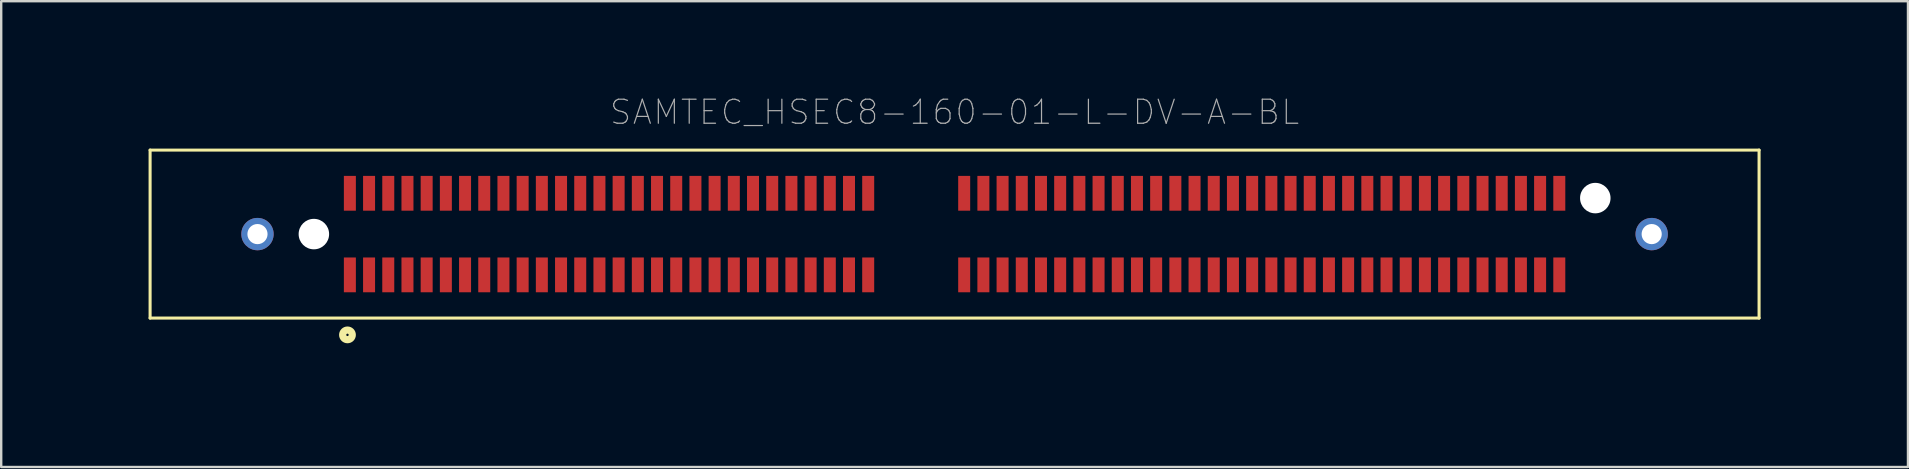
<source format=kicad_pcb>
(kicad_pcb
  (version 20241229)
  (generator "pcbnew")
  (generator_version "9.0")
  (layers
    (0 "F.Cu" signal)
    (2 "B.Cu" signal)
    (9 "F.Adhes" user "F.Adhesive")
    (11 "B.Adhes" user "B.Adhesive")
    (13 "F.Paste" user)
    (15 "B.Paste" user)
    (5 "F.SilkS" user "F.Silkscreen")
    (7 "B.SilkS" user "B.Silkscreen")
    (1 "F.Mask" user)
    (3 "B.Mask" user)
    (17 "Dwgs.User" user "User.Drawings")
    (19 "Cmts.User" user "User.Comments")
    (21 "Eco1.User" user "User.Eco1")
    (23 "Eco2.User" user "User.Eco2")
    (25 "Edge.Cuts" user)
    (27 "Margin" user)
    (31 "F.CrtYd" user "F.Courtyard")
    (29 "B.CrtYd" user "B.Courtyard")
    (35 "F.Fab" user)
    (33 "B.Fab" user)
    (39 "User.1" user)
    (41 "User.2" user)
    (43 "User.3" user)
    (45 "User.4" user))
  (footprint "SAMTEC_HSEC8-160-01-L-DV-A-BL"
    (layer "F.Cu")
    (at 36.73 6.705)
    (property "Reference" "SAMTEC_HSEC8-160-01-L-DV-A-BL" (at 0 -5.08 0) (layer "F.Fab") (effects (font (size 1.001 1.001) (thickness 0.05))))
    (attr smd)
    (fp_line (start -33.525 -3.5) (end -33.525 3.5) (stroke (width 0.127) (type solid)) (layer "F.SilkS"))
    (fp_line (start -33.525 3.5) (end 33.525 3.5) (stroke (width 0.127) (type solid)) (layer "F.SilkS"))
    (fp_line (start 33.525 -3.5) (end -33.525 -3.5) (stroke (width 0.127) (type solid)) (layer "F.SilkS"))
    (fp_line (start 33.525 3.5) (end 33.525 -3.5) (stroke (width 0.127) (type solid)) (layer "F.SilkS"))
    (fp_circle (center -25.3 4.2) (end -25.1 4.2) (stroke (width 0.3) (type solid)) (fill no) (layer "F.SilkS"))
    (fp_poly (pts (xy -30.32 0) (xy -30.32 -0.033) (xy -30.317 -0.1) (xy -30.31 -0.166) (xy -30.299 -0.232) (xy -30.285 -0.297) (xy -30.268 -0.361) (xy -30.248 -0.424) (xy -30.224 -0.486) (xy -30.197 -0.547) (xy -30.166 -0.606) (xy -30.133 -0.664) (xy -30.097 -0.72) (xy -30.058 -0.773) (xy -30.016 -0.825) (xy -29.971 -0.875) (xy -29.924 -0.922) (xy -29.875 -0.966) (xy -29.823 -1.008) (xy -29.77 -1.047) (xy -29.714 -1.083) (xy -29.656 -1.116) (xy -29.597 -1.147) (xy -29.536 -1.174) (xy -29.474 -1.198) (xy -29.411 -1.218) (xy -29.347 -1.235) (xy -29.282 -1.249) (xy -29.216 -1.26) (xy -29.15 -1.267) (xy -29.083 -1.27) (xy -29.05 -1.27) (xy -29.017 -1.27) (xy -28.95 -1.267) (xy -28.884 -1.26) (xy -28.819 -1.249) (xy -28.753 -1.235) (xy -28.689 -1.218) (xy -28.626 -1.198) (xy -28.564 -1.174) (xy -28.503 -1.147) (xy -28.444 -1.116) (xy -28.386 -1.083) (xy -28.33 -1.047) (xy -28.277 -1.008) (xy -28.225 -0.966) (xy -28.175 -0.922) (xy -28.128 -0.875) (xy -28.084 -0.825) (xy -28.042 -0.773) (xy -28.003 -0.72) (xy -27.967 -0.664) (xy -27.933 -0.606) (xy -27.903 -0.547) (xy -27.876 -0.486) (xy -27.852 -0.424) (xy -27.832 -0.361) (xy -27.815 -0.297) (xy -27.801 -0.232) (xy -27.79 -0.166) (xy -27.784 -0.1) (xy -27.78 -0.033) (xy -27.78 0) (xy -27.78 0.033) (xy -27.784 0.1) (xy -27.79 0.166) (xy -27.801 0.232) (xy -27.815 0.297) (xy -27.832 0.361) (xy -27.852 0.424) (xy -27.876 0.486) (xy -27.903 0.547) (xy -27.933 0.606) (xy -27.967 0.664) (xy -28.003 0.72) (xy -28.042 0.773) (xy -28.084 0.825) (xy -28.128 0.875) (xy -28.175 0.922) (xy -28.225 0.966) (xy -28.277 1.008) (xy -28.33 1.047) (xy -28.386 1.083) (xy -28.444 1.116) (xy -28.503 1.147) (xy -28.564 1.174) (xy -28.626 1.198) (xy -28.689 1.218) (xy -28.753 1.235) (xy -28.819 1.249) (xy -28.884 1.26) (xy -28.95 1.267) (xy -29.017 1.27) (xy -29.05 1.27) (xy -29.083 1.27) (xy -29.15 1.267) (xy -29.216 1.26) (xy -29.282 1.249) (xy -29.347 1.235) (xy -29.411 1.218) (xy -29.474 1.198) (xy -29.536 1.174) (xy -29.597 1.147) (xy -29.656 1.116) (xy -29.714 1.083) (xy -29.77 1.047) (xy -29.823 1.008) (xy -29.875 0.966) (xy -29.924 0.922) (xy -29.971 0.875) (xy -30.016 0.825) (xy -30.058 0.773) (xy -30.097 0.72) (xy -30.133 0.664) (xy -30.166 0.606) (xy -30.197 0.547) (xy -30.224 0.486) (xy -30.248 0.424) (xy -30.268 0.361) (xy -30.285 0.297) (xy -30.299 0.232) (xy -30.31 0.166) (xy -30.317 0.1) (xy -30.32 0.033)) (stroke (width 0.001) (type solid)) (fill yes) (layer "F.Paste"))
    (fp_poly (pts (xy 27.78 0) (xy 27.78 -0.033) (xy 27.784 -0.1) (xy 27.79 -0.166) (xy 27.801 -0.232) (xy 27.815 -0.297) (xy 27.832 -0.361) (xy 27.852 -0.424) (xy 27.876 -0.486) (xy 27.903 -0.547) (xy 27.933 -0.606) (xy 27.967 -0.664) (xy 28.003 -0.72) (xy 28.042 -0.773) (xy 28.084 -0.825) (xy 28.128 -0.875) (xy 28.175 -0.922) (xy 28.225 -0.966) (xy 28.277 -1.008) (xy 28.33 -1.047) (xy 28.386 -1.083) (xy 28.444 -1.116) (xy 28.503 -1.147) (xy 28.564 -1.174) (xy 28.626 -1.198) (xy 28.689 -1.218) (xy 28.753 -1.235) (xy 28.819 -1.249) (xy 28.884 -1.26) (xy 28.95 -1.267) (xy 29.017 -1.27) (xy 29.05 -1.27) (xy 29.083 -1.27) (xy 29.15 -1.267) (xy 29.216 -1.26) (xy 29.282 -1.249) (xy 29.347 -1.235) (xy 29.411 -1.218) (xy 29.474 -1.198) (xy 29.536 -1.174) (xy 29.597 -1.147) (xy 29.656 -1.116) (xy 29.714 -1.083) (xy 29.77 -1.047) (xy 29.823 -1.008) (xy 29.875 -0.966) (xy 29.924 -0.922) (xy 29.971 -0.875) (xy 30.016 -0.825) (xy 30.058 -0.773) (xy 30.097 -0.72) (xy 30.133 -0.664) (xy 30.166 -0.606) (xy 30.197 -0.547) (xy 30.224 -0.486) (xy 30.248 -0.424) (xy 30.268 -0.361) (xy 30.285 -0.297) (xy 30.299 -0.232) (xy 30.31 -0.166) (xy 30.317 -0.1) (xy 30.32 -0.033) (xy 30.32 0) (xy 30.32 0.033) (xy 30.317 0.1) (xy 30.31 0.166) (xy 30.299 0.232) (xy 30.285 0.297) (xy 30.268 0.361) (xy 30.248 0.424) (xy 30.224 0.486) (xy 30.197 0.547) (xy 30.166 0.606) (xy 30.133 0.664) (xy 30.097 0.72) (xy 30.058 0.773) (xy 30.016 0.825) (xy 29.971 0.875) (xy 29.924 0.922) (xy 29.875 0.966) (xy 29.823 1.008) (xy 29.77 1.047) (xy 29.714 1.083) (xy 29.656 1.116) (xy 29.597 1.147) (xy 29.536 1.174) (xy 29.474 1.198) (xy 29.411 1.218) (xy 29.347 1.235) (xy 29.282 1.249) (xy 29.216 1.26) (xy 29.15 1.267) (xy 29.083 1.27) (xy 29.05 1.27) (xy 29.017 1.27) (xy 28.95 1.267) (xy 28.884 1.26) (xy 28.819 1.249) (xy 28.753 1.235) (xy 28.689 1.218) (xy 28.626 1.198) (xy 28.564 1.174) (xy 28.503 1.147) (xy 28.444 1.116) (xy 28.386 1.083) (xy 28.33 1.047) (xy 28.277 1.008) (xy 28.225 0.966) (xy 28.175 0.922) (xy 28.128 0.875) (xy 28.084 0.825) (xy 28.042 0.773) (xy 28.003 0.72) (xy 27.967 0.664) (xy 27.933 0.606) (xy 27.903 0.547) (xy 27.876 0.486) (xy 27.852 0.424) (xy 27.832 0.361) (xy 27.815 0.297) (xy 27.801 0.232) (xy 27.79 0.166) (xy 27.784 0.1) (xy 27.78 0.033)) (stroke (width 0.001) (type solid)) (fill yes) (layer "F.Paste"))
    (fp_line (start -36.705 -6.68) (end -36.705 6.68) (stroke (width 0.05) (type solid)) (layer "Eco1.User"))
    (fp_line (start -36.705 6.68) (end 36.705 6.68) (stroke (width 0.05) (type solid)) (layer "Eco1.User"))
    (fp_line (start 36.705 -6.68) (end -36.705 -6.68) (stroke (width 0.05) (type solid)) (layer "Eco1.User"))
    (fp_line (start 36.705 6.68) (end 36.705 -6.68) (stroke (width 0.05) (type solid)) (layer "Eco1.User"))
    (fp_line (start -33.525 -3.5) (end -33.525 3.5) (stroke (width 0.127) (type solid)) (layer "Eco2.User"))
    (fp_line (start -33.525 3.5) (end 0 3.5) (stroke (width 0.127) (type solid)) (layer "Eco2.User"))
    (fp_line (start 0 -3.5) (end -33.525 -3.5) (stroke (width 0.127) (type solid)) (layer "Eco2.User"))
    (fp_line (start 0 3.5) (end 33.525 3.5) (stroke (width 0.127) (type solid)) (layer "Eco2.User"))
    (fp_line (start 33.525 -3.5) (end 0 -3.5) (stroke (width 0.127) (type solid)) (layer "Eco2.User"))
    (fp_line (start 33.525 3.5) (end 33.525 -3.5) (stroke (width 0.127) (type solid)) (layer "Eco2.User"))
    (fp_circle (center -25.3 4.2) (end -25.1 4.2) (stroke (width 0.3) (type solid)) (fill no) (layer "Eco2.User"))
    (pad "" np_thru_hole circle (at -26.7 0) (size 1.27 1.27) (drill 1.27) (layers "*.Cu" "*.Mask"))
    (pad "" np_thru_hole circle (at 26.7 -1.5) (size 1.27 1.27) (drill 1.27) (layers "*.Cu" "*.Mask"))
    (pad "1" smd rect (at -25.2 1.7 180) (size 0.5 1.45) (layers "F.Cu" "F.Mask" "F.Paste"))
    (pad "2" smd rect (at -25.2 -1.7 180) (size 0.5 1.45) (layers "F.Cu" "F.Mask" "F.Paste"))
    (pad "3" smd rect (at -24.4 1.7 180) (size 0.5 1.45) (layers "F.Cu" "F.Mask" "F.Paste"))
    (pad "4" smd rect (at -24.4 -1.7 180) (size 0.5 1.45) (layers "F.Cu" "F.Mask" "F.Paste"))
    (pad "5" smd rect (at -23.6 1.7 180) (size 0.5 1.45) (layers "F.Cu" "F.Mask" "F.Paste"))
    (pad "6" smd rect (at -23.6 -1.7 180) (size 0.5 1.45) (layers "F.Cu" "F.Mask" "F.Paste"))
    (pad "7" smd rect (at -22.8 1.7 180) (size 0.5 1.45) (layers "F.Cu" "F.Mask" "F.Paste"))
    (pad "8" smd rect (at -22.8 -1.7 180) (size 0.5 1.45) (layers "F.Cu" "F.Mask" "F.Paste"))
    (pad "9" smd rect (at -22 1.7 180) (size 0.5 1.45) (layers "F.Cu" "F.Mask" "F.Paste"))
    (pad "10" smd rect (at -22 -1.7 180) (size 0.5 1.45) (layers "F.Cu" "F.Mask" "F.Paste"))
    (pad "11" smd rect (at -21.2 1.7 180) (size 0.5 1.45) (layers "F.Cu" "F.Mask" "F.Paste"))
    (pad "12" smd rect (at -21.2 -1.7 180) (size 0.5 1.45) (layers "F.Cu" "F.Mask" "F.Paste"))
    (pad "13" smd rect (at -20.4 1.7 180) (size 0.5 1.45) (layers "F.Cu" "F.Mask" "F.Paste"))
    (pad "14" smd rect (at -20.4 -1.7 180) (size 0.5 1.45) (layers "F.Cu" "F.Mask" "F.Paste"))
    (pad "15" smd rect (at -19.6 1.7 180) (size 0.5 1.45) (layers "F.Cu" "F.Mask" "F.Paste"))
    (pad "16" smd rect (at -19.6 -1.7 180) (size 0.5 1.45) (layers "F.Cu" "F.Mask" "F.Paste"))
    (pad "17" smd rect (at -18.8 1.7 180) (size 0.5 1.45) (layers "F.Cu" "F.Mask" "F.Paste"))
    (pad "18" smd rect (at -18.8 -1.7 180) (size 0.5 1.45) (layers "F.Cu" "F.Mask" "F.Paste"))
    (pad "19" smd rect (at -18 1.7 180) (size 0.5 1.45) (layers "F.Cu" "F.Mask" "F.Paste"))
    (pad "20" smd rect (at -18 -1.7 180) (size 0.5 1.45) (layers "F.Cu" "F.Mask" "F.Paste"))
    (pad "21" smd rect (at -17.2 1.7 180) (size 0.5 1.45) (layers "F.Cu" "F.Mask" "F.Paste"))
    (pad "22" smd rect (at -17.2 -1.7 180) (size 0.5 1.45) (layers "F.Cu" "F.Mask" "F.Paste"))
    (pad "23" smd rect (at -16.4 1.7 180) (size 0.5 1.45) (layers "F.Cu" "F.Mask" "F.Paste"))
    (pad "24" smd rect (at -16.4 -1.7 180) (size 0.5 1.45) (layers "F.Cu" "F.Mask" "F.Paste"))
    (pad "25" smd rect (at -15.6 1.7 180) (size 0.5 1.45) (layers "F.Cu" "F.Mask" "F.Paste"))
    (pad "26" smd rect (at -15.6 -1.7 180) (size 0.5 1.45) (layers "F.Cu" "F.Mask" "F.Paste"))
    (pad "27" smd rect (at -14.8 1.7 180) (size 0.5 1.45) (layers "F.Cu" "F.Mask" "F.Paste"))
    (pad "28" smd rect (at -14.8 -1.7 180) (size 0.5 1.45) (layers "F.Cu" "F.Mask" "F.Paste"))
    (pad "29" smd rect (at -14 1.7 180) (size 0.5 1.45) (layers "F.Cu" "F.Mask" "F.Paste"))
    (pad "30" smd rect (at -14 -1.7 180) (size 0.5 1.45) (layers "F.Cu" "F.Mask" "F.Paste"))
    (pad "31" smd rect (at -13.2 1.7 180) (size 0.5 1.45) (layers "F.Cu" "F.Mask" "F.Paste"))
    (pad "32" smd rect (at -13.2 -1.7 180) (size 0.5 1.45) (layers "F.Cu" "F.Mask" "F.Paste"))
    (pad "33" smd rect (at -12.4 1.7 180) (size 0.5 1.45) (layers "F.Cu" "F.Mask" "F.Paste"))
    (pad "34" smd rect (at -12.4 -1.7 180) (size 0.5 1.45) (layers "F.Cu" "F.Mask" "F.Paste"))
    (pad "35" smd rect (at -11.6 1.7 180) (size 0.5 1.45) (layers "F.Cu" "F.Mask" "F.Paste"))
    (pad "36" smd rect (at -11.6 -1.7 180) (size 0.5 1.45) (layers "F.Cu" "F.Mask" "F.Paste"))
    (pad "37" smd rect (at -10.8 1.7 180) (size 0.5 1.45) (layers "F.Cu" "F.Mask" "F.Paste"))
    (pad "38" smd rect (at -10.8 -1.7 180) (size 0.5 1.45) (layers "F.Cu" "F.Mask" "F.Paste"))
    (pad "39" smd rect (at -10 1.7 180) (size 0.5 1.45) (layers "F.Cu" "F.Mask" "F.Paste"))
    (pad "40" smd rect (at -10 -1.7 180) (size 0.5 1.45) (layers "F.Cu" "F.Mask" "F.Paste"))
    (pad "41" smd rect (at -9.2 1.7 180) (size 0.5 1.45) (layers "F.Cu" "F.Mask" "F.Paste"))
    (pad "42" smd rect (at -9.2 -1.7 180) (size 0.5 1.45) (layers "F.Cu" "F.Mask" "F.Paste"))
    (pad "43" smd rect (at -8.4 1.7 180) (size 0.5 1.45) (layers "F.Cu" "F.Mask" "F.Paste"))
    (pad "44" smd rect (at -8.4 -1.7 180) (size 0.5 1.45) (layers "F.Cu" "F.Mask" "F.Paste"))
    (pad "45" smd rect (at -7.6 1.7 180) (size 0.5 1.45) (layers "F.Cu" "F.Mask" "F.Paste"))
    (pad "46" smd rect (at -7.6 -1.7 180) (size 0.5 1.45) (layers "F.Cu" "F.Mask" "F.Paste"))
    (pad "47" smd rect (at -6.8 1.7 180) (size 0.5 1.45) (layers "F.Cu" "F.Mask" "F.Paste"))
    (pad "48" smd rect (at -6.8 -1.7 180) (size 0.5 1.45) (layers "F.Cu" "F.Mask" "F.Paste"))
    (pad "49" smd rect (at -6 1.7 180) (size 0.5 1.45) (layers "F.Cu" "F.Mask" "F.Paste"))
    (pad "50" smd rect (at -6 -1.7 180) (size 0.5 1.45) (layers "F.Cu" "F.Mask" "F.Paste"))
    (pad "51" smd rect (at -5.2 1.7 180) (size 0.5 1.45) (layers "F.Cu" "F.Mask" "F.Paste"))
    (pad "52" smd rect (at -5.2 -1.7 180) (size 0.5 1.45) (layers "F.Cu" "F.Mask" "F.Paste"))
    (pad "53" smd rect (at -4.4 1.7 180) (size 0.5 1.45) (layers "F.Cu" "F.Mask" "F.Paste"))
    (pad "54" smd rect (at -4.4 -1.7 180) (size 0.5 1.45) (layers "F.Cu" "F.Mask" "F.Paste"))
    (pad "55" smd rect (at -3.6 1.7 180) (size 0.5 1.45) (layers "F.Cu" "F.Mask" "F.Paste"))
    (pad "56" smd rect (at -3.6 -1.7 180) (size 0.5 1.45) (layers "F.Cu" "F.Mask" "F.Paste"))
    (pad "57" smd rect (at 0.4 1.7 180) (size 0.5 1.45) (layers "F.Cu" "F.Mask" "F.Paste"))
    (pad "58" smd rect (at 0.4 -1.7 180) (size 0.5 1.45) (layers "F.Cu" "F.Mask" "F.Paste"))
    (pad "59" smd rect (at 1.2 1.7 180) (size 0.5 1.45) (layers "F.Cu" "F.Mask" "F.Paste"))
    (pad "60" smd rect (at 1.2 -1.7 180) (size 0.5 1.45) (layers "F.Cu" "F.Mask" "F.Paste"))
    (pad "61" smd rect (at 2 1.7 180) (size 0.5 1.45) (layers "F.Cu" "F.Mask" "F.Paste"))
    (pad "62" smd rect (at 2 -1.7 180) (size 0.5 1.45) (layers "F.Cu" "F.Mask" "F.Paste"))
    (pad "63" smd rect (at 2.8 1.7 180) (size 0.5 1.45) (layers "F.Cu" "F.Mask" "F.Paste"))
    (pad "64" smd rect (at 2.8 -1.7 180) (size 0.5 1.45) (layers "F.Cu" "F.Mask" "F.Paste"))
    (pad "65" smd rect (at 3.6 1.7 180) (size 0.5 1.45) (layers "F.Cu" "F.Mask" "F.Paste"))
    (pad "66" smd rect (at 3.6 -1.7 180) (size 0.5 1.45) (layers "F.Cu" "F.Mask" "F.Paste"))
    (pad "67" smd rect (at 4.4 1.7 180) (size 0.5 1.45) (layers "F.Cu" "F.Mask" "F.Paste"))
    (pad "68" smd rect (at 4.4 -1.7 180) (size 0.5 1.45) (layers "F.Cu" "F.Mask" "F.Paste"))
    (pad "69" smd rect (at 5.2 1.7 180) (size 0.5 1.45) (layers "F.Cu" "F.Mask" "F.Paste"))
    (pad "70" smd rect (at 5.2 -1.7 180) (size 0.5 1.45) (layers "F.Cu" "F.Mask" "F.Paste"))
    (pad "71" smd rect (at 6 1.7 180) (size 0.5 1.45) (layers "F.Cu" "F.Mask" "F.Paste"))
    (pad "72" smd rect (at 6 -1.7 180) (size 0.5 1.45) (layers "F.Cu" "F.Mask" "F.Paste"))
    (pad "73" smd rect (at 6.8 1.7 180) (size 0.5 1.45) (layers "F.Cu" "F.Mask" "F.Paste"))
    (pad "74" smd rect (at 6.8 -1.7 180) (size 0.5 1.45) (layers "F.Cu" "F.Mask" "F.Paste"))
    (pad "75" smd rect (at 7.6 1.7 180) (size 0.5 1.45) (layers "F.Cu" "F.Mask" "F.Paste"))
    (pad "76" smd rect (at 7.6 -1.7 180) (size 0.5 1.45) (layers "F.Cu" "F.Mask" "F.Paste"))
    (pad "77" smd rect (at 8.4 1.7 180) (size 0.5 1.45) (layers "F.Cu" "F.Mask" "F.Paste"))
    (pad "78" smd rect (at 8.4 -1.7 180) (size 0.5 1.45) (layers "F.Cu" "F.Mask" "F.Paste"))
    (pad "79" smd rect (at 9.2 1.7 180) (size 0.5 1.45) (layers "F.Cu" "F.Mask" "F.Paste"))
    (pad "80" smd rect (at 9.2 -1.7 180) (size 0.5 1.45) (layers "F.Cu" "F.Mask" "F.Paste"))
    (pad "81" smd rect (at 10 1.7 180) (size 0.5 1.45) (layers "F.Cu" "F.Mask" "F.Paste"))
    (pad "82" smd rect (at 10 -1.7 180) (size 0.5 1.45) (layers "F.Cu" "F.Mask" "F.Paste"))
    (pad "83" smd rect (at 10.8 1.7 180) (size 0.5 1.45) (layers "F.Cu" "F.Mask" "F.Paste"))
    (pad "84" smd rect (at 10.8 -1.7 180) (size 0.5 1.45) (layers "F.Cu" "F.Mask" "F.Paste"))
    (pad "85" smd rect (at 11.6 1.7 180) (size 0.5 1.45) (layers "F.Cu" "F.Mask" "F.Paste"))
    (pad "86" smd rect (at 11.6 -1.7 180) (size 0.5 1.45) (layers "F.Cu" "F.Mask" "F.Paste"))
    (pad "87" smd rect (at 12.4 1.7 180) (size 0.5 1.45) (layers "F.Cu" "F.Mask" "F.Paste"))
    (pad "88" smd rect (at 12.4 -1.7 180) (size 0.5 1.45) (layers "F.Cu" "F.Mask" "F.Paste"))
    (pad "89" smd rect (at 13.2 1.7 180) (size 0.5 1.45) (layers "F.Cu" "F.Mask" "F.Paste"))
    (pad "90" smd rect (at 13.2 -1.7 180) (size 0.5 1.45) (layers "F.Cu" "F.Mask" "F.Paste"))
    (pad "91" smd rect (at 14 1.7 180) (size 0.5 1.45) (layers "F.Cu" "F.Mask" "F.Paste"))
    (pad "92" smd rect (at 14 -1.7 180) (size 0.5 1.45) (layers "F.Cu" "F.Mask" "F.Paste"))
    (pad "93" smd rect (at 14.8 1.7 180) (size 0.5 1.45) (layers "F.Cu" "F.Mask" "F.Paste"))
    (pad "94" smd rect (at 14.8 -1.7 180) (size 0.5 1.45) (layers "F.Cu" "F.Mask" "F.Paste"))
    (pad "95" smd rect (at 15.6 1.7 180) (size 0.5 1.45) (layers "F.Cu" "F.Mask" "F.Paste"))
    (pad "96" smd rect (at 15.6 -1.7 180) (size 0.5 1.45) (layers "F.Cu" "F.Mask" "F.Paste"))
    (pad "97" smd rect (at 16.4 1.7 180) (size 0.5 1.45) (layers "F.Cu" "F.Mask" "F.Paste"))
    (pad "98" smd rect (at 16.4 -1.7 180) (size 0.5 1.45) (layers "F.Cu" "F.Mask" "F.Paste"))
    (pad "99" smd rect (at 17.2 1.7 180) (size 0.5 1.45) (layers "F.Cu" "F.Mask" "F.Paste"))
    (pad "100" smd rect (at 17.2 -1.7 180) (size 0.5 1.45) (layers "F.Cu" "F.Mask" "F.Paste"))
    (pad "101" smd rect (at 18 1.7 180) (size 0.5 1.45) (layers "F.Cu" "F.Mask" "F.Paste"))
    (pad "102" smd rect (at 18 -1.7 180) (size 0.5 1.45) (layers "F.Cu" "F.Mask" "F.Paste"))
    (pad "103" smd rect (at 18.8 1.7 180) (size 0.5 1.45) (layers "F.Cu" "F.Mask" "F.Paste"))
    (pad "104" smd rect (at 18.8 -1.7 180) (size 0.5 1.45) (layers "F.Cu" "F.Mask" "F.Paste"))
    (pad "105" smd rect (at 19.6 1.7 180) (size 0.5 1.45) (layers "F.Cu" "F.Mask" "F.Paste"))
    (pad "106" smd rect (at 19.6 -1.7 180) (size 0.5 1.45) (layers "F.Cu" "F.Mask" "F.Paste"))
    (pad "107" smd rect (at 20.4 1.7 180) (size 0.5 1.45) (layers "F.Cu" "F.Mask" "F.Paste"))
    (pad "108" smd rect (at 20.4 -1.7 180) (size 0.5 1.45) (layers "F.Cu" "F.Mask" "F.Paste"))
    (pad "109" smd rect (at 21.2 1.7 180) (size 0.5 1.45) (layers "F.Cu" "F.Mask" "F.Paste"))
    (pad "110" smd rect (at 21.2 -1.7 180) (size 0.5 1.45) (layers "F.Cu" "F.Mask" "F.Paste"))
    (pad "111" smd rect (at 22 1.7 180) (size 0.5 1.45) (layers "F.Cu" "F.Mask" "F.Paste"))
    (pad "112" smd rect (at 22 -1.7 180) (size 0.5 1.45) (layers "F.Cu" "F.Mask" "F.Paste"))
    (pad "113" smd rect (at 22.8 1.7 180) (size 0.5 1.45) (layers "F.Cu" "F.Mask" "F.Paste"))
    (pad "114" smd rect (at 22.8 -1.7 180) (size 0.5 1.45) (layers "F.Cu" "F.Mask" "F.Paste"))
    (pad "115" smd rect (at 23.6 1.7 180) (size 0.5 1.45) (layers "F.Cu" "F.Mask" "F.Paste"))
    (pad "116" smd rect (at 23.6 -1.7 180) (size 0.5 1.45) (layers "F.Cu" "F.Mask" "F.Paste"))
    (pad "117" smd rect (at 24.4 1.7 180) (size 0.5 1.45) (layers "F.Cu" "F.Mask" "F.Paste"))
    (pad "118" smd rect (at 24.4 -1.7 180) (size 0.5 1.45) (layers "F.Cu" "F.Mask" "F.Paste"))
    (pad "119" smd rect (at 25.2 1.7 180) (size 0.5 1.45) (layers "F.Cu" "F.Mask" "F.Paste"))
    (pad "120" smd rect (at 25.2 -1.7 180) (size 0.5 1.45) (layers "F.Cu" "F.Mask" "F.Paste"))
    (pad "P1" thru_hole circle (at -29.05 0) (size 1.348 1.348) (drill 0.84) (layers "*.Cu" "*.Mask"))
    (pad "P2" thru_hole circle (at 29.05 0) (size 1.348 1.348) (drill 0.84) (layers "*.Cu" "*.Mask")))
  (gr_rect
    (start -3 -3)
    (end 76.46 16.41)
    (stroke (width 0.1) (type default))
    (fill no)
    (layer "Edge.Cuts")))
</source>
